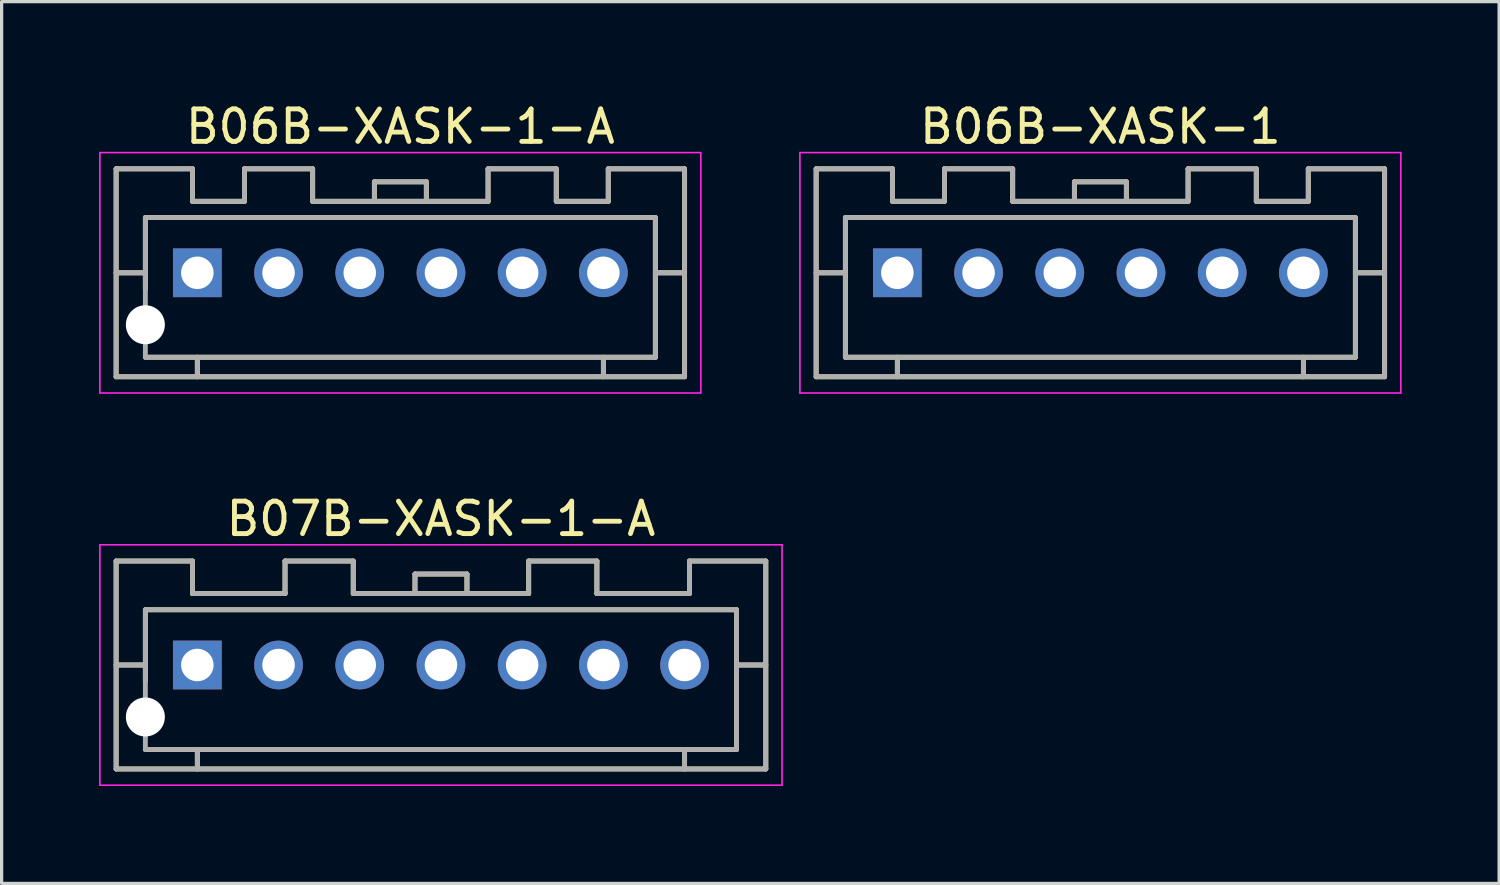
<source format=kicad_pcb>
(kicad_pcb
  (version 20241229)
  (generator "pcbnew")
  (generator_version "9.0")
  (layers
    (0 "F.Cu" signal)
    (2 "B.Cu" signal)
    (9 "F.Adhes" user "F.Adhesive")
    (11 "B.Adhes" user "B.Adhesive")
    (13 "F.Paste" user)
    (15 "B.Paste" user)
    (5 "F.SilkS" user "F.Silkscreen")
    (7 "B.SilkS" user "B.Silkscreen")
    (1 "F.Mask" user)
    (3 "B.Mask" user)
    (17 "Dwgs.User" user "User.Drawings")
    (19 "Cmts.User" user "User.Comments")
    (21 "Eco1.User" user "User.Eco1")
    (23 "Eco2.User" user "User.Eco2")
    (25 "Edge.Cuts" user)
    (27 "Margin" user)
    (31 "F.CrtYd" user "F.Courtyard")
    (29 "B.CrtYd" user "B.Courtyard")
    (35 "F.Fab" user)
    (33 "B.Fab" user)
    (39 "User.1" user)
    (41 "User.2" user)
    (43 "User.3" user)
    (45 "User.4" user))
  (footprint "B06B-XASK-1"
    (layer "F.Cu")
    (at 30.825 5.348)
    (property "Reference" "B06B-XASK-1" (at 0 -4.5 0) (layer "F.SilkS") (effects (font (size 1 1) (thickness 0.15))))
    (attr smd)
    (fp_line (start -8.75 -3.2) (end -8.75 3.2) (stroke (width 0.15) (type solid)) (layer "F.SilkS"))
    (fp_line (start -8.75 -3.2) (end -6.4 -3.2) (stroke (width 0.15) (type solid)) (layer "F.SilkS"))
    (fp_line (start -8.75 0) (end -7.85 0) (stroke (width 0.15) (type solid)) (layer "F.SilkS"))
    (fp_line (start -8.75 3.2) (end 8.75 3.2) (stroke (width 0.15) (type solid)) (layer "F.SilkS"))
    (fp_line (start -7.85 -1.7) (end -7.85 2.6) (stroke (width 0.15) (type solid)) (layer "F.SilkS"))
    (fp_line (start -7.85 -1.7) (end 7.85 -1.7) (stroke (width 0.15) (type solid)) (layer "F.SilkS"))
    (fp_line (start -7.85 2.6) (end 7.85 2.6) (stroke (width 0.15) (type solid)) (layer "F.SilkS"))
    (fp_line (start -6.4 -3.2) (end -6.4 -2.2) (stroke (width 0.15) (type solid)) (layer "F.SilkS"))
    (fp_line (start -6.4 -2.2) (end -4.8 -2.2) (stroke (width 0.15) (type solid)) (layer "F.SilkS"))
    (fp_line (start -6.25 2.6) (end -6.25 3.2) (stroke (width 0.15) (type solid)) (layer "F.SilkS"))
    (fp_line (start -4.8 -3.2) (end -4.8 -2.2) (stroke (width 0.15) (type solid)) (layer "F.SilkS"))
    (fp_line (start -4.8 -3.2) (end -2.7 -3.2) (stroke (width 0.15) (type solid)) (layer "F.SilkS"))
    (fp_line (start -2.7 -3.2) (end -2.7 -2.2) (stroke (width 0.15) (type solid)) (layer "F.SilkS"))
    (fp_line (start -2.7 -2.2) (end 2.7 -2.2) (stroke (width 0.15) (type solid)) (layer "F.SilkS"))
    (fp_line (start -0.8 -2.8) (end -0.8 -2.2) (stroke (width 0.15) (type solid)) (layer "F.SilkS"))
    (fp_line (start -0.8 -2.8) (end 0.8 -2.8) (stroke (width 0.15) (type solid)) (layer "F.SilkS"))
    (fp_line (start 0.8 -2.8) (end 0.8 -2.2) (stroke (width 0.15) (type solid)) (layer "F.SilkS"))
    (fp_line (start 2.7 -3.2) (end 2.7 -2.2) (stroke (width 0.15) (type solid)) (layer "F.SilkS"))
    (fp_line (start 2.7 -3.2) (end 4.8 -3.2) (stroke (width 0.15) (type solid)) (layer "F.SilkS"))
    (fp_line (start 4.8 -3.2) (end 4.8 -2.2) (stroke (width 0.15) (type solid)) (layer "F.SilkS"))
    (fp_line (start 4.8 -2.2) (end 6.4 -2.2) (stroke (width 0.15) (type solid)) (layer "F.SilkS"))
    (fp_line (start 6.25 2.6) (end 6.25 3.2) (stroke (width 0.15) (type solid)) (layer "F.SilkS"))
    (fp_line (start 6.4 -3.2) (end 6.4 -2.2) (stroke (width 0.15) (type solid)) (layer "F.SilkS"))
    (fp_line (start 6.4 -3.2) (end 8.75 -3.2) (stroke (width 0.15) (type solid)) (layer "F.SilkS"))
    (fp_line (start 7.85 -1.7) (end 7.85 2.6) (stroke (width 0.15) (type solid)) (layer "F.SilkS"))
    (fp_line (start 7.85 0) (end 8.75 0) (stroke (width 0.15) (type solid)) (layer "F.SilkS"))
    (fp_line (start 8.75 -3.2) (end 8.75 3.2) (stroke (width 0.15) (type solid)) (layer "F.SilkS"))
    (fp_line (start -9.25 -3.7) (end -9.25 3.7) (stroke (width 0.05) (type solid)) (layer "F.CrtYd"))
    (fp_line (start -9.25 -3.7) (end 9.25 -3.7) (stroke (width 0.05) (type solid)) (layer "F.CrtYd"))
    (fp_line (start -9.25 3.7) (end 9.25 3.7) (stroke (width 0.05) (type solid)) (layer "F.CrtYd"))
    (fp_line (start 9.25 -3.7) (end 9.25 3.7) (stroke (width 0.05) (type solid)) (layer "F.CrtYd"))
    (fp_line (start -8.75 -3.2) (end -8.75 3.2) (stroke (width 0.15) (type solid)) (layer "F.Fab"))
    (fp_line (start -8.75 -3.2) (end -6.4 -3.2) (stroke (width 0.15) (type solid)) (layer "F.Fab"))
    (fp_line (start -8.75 0) (end -7.85 0) (stroke (width 0.15) (type solid)) (layer "F.Fab"))
    (fp_line (start -8.75 3.2) (end 8.75 3.2) (stroke (width 0.15) (type solid)) (layer "F.Fab"))
    (fp_line (start -7.85 -1.7) (end -7.85 2.6) (stroke (width 0.15) (type solid)) (layer "F.Fab"))
    (fp_line (start -7.85 -1.7) (end 7.85 -1.7) (stroke (width 0.15) (type solid)) (layer "F.Fab"))
    (fp_line (start -7.85 2.6) (end 7.85 2.6) (stroke (width 0.15) (type solid)) (layer "F.Fab"))
    (fp_line (start -6.4 -3.2) (end -6.4 -2.2) (stroke (width 0.15) (type solid)) (layer "F.Fab"))
    (fp_line (start -6.4 -2.2) (end -4.8 -2.2) (stroke (width 0.15) (type solid)) (layer "F.Fab"))
    (fp_line (start -6.25 2.6) (end -6.25 3.2) (stroke (width 0.15) (type solid)) (layer "F.Fab"))
    (fp_line (start -4.8 -3.2) (end -4.8 -2.2) (stroke (width 0.15) (type solid)) (layer "F.Fab"))
    (fp_line (start -4.8 -3.2) (end -2.7 -3.2) (stroke (width 0.15) (type solid)) (layer "F.Fab"))
    (fp_line (start -2.7 -3.2) (end -2.7 -2.2) (stroke (width 0.15) (type solid)) (layer "F.Fab"))
    (fp_line (start -2.7 -2.2) (end 2.7 -2.2) (stroke (width 0.15) (type solid)) (layer "F.Fab"))
    (fp_line (start -0.8 -2.8) (end -0.8 -2.2) (stroke (width 0.15) (type solid)) (layer "F.Fab"))
    (fp_line (start -0.8 -2.8) (end 0.8 -2.8) (stroke (width 0.15) (type solid)) (layer "F.Fab"))
    (fp_line (start 0.8 -2.8) (end 0.8 -2.2) (stroke (width 0.15) (type solid)) (layer "F.Fab"))
    (fp_line (start 2.7 -3.2) (end 2.7 -2.2) (stroke (width 0.15) (type solid)) (layer "F.Fab"))
    (fp_line (start 2.7 -3.2) (end 4.8 -3.2) (stroke (width 0.15) (type solid)) (layer "F.Fab"))
    (fp_line (start 4.8 -3.2) (end 4.8 -2.2) (stroke (width 0.15) (type solid)) (layer "F.Fab"))
    (fp_line (start 4.8 -2.2) (end 6.4 -2.2) (stroke (width 0.15) (type solid)) (layer "F.Fab"))
    (fp_line (start 6.25 2.6) (end 6.25 3.2) (stroke (width 0.15) (type solid)) (layer "F.Fab"))
    (fp_line (start 6.4 -3.2) (end 6.4 -2.2) (stroke (width 0.15) (type solid)) (layer "F.Fab"))
    (fp_line (start 6.4 -3.2) (end 8.75 -3.2) (stroke (width 0.15) (type solid)) (layer "F.Fab"))
    (fp_line (start 7.85 -1.7) (end 7.85 2.6) (stroke (width 0.15) (type solid)) (layer "F.Fab"))
    (fp_line (start 7.85 0) (end 8.75 0) (stroke (width 0.15) (type solid)) (layer "F.Fab"))
    (fp_line (start 8.75 -3.2) (end 8.75 3.2) (stroke (width 0.15) (type solid)) (layer "F.Fab"))
    (pad "1" thru_hole rect (at -6.25 0) (size 1.5 1.5) (drill 1) (layers "*.Cu" "*.Mask"))
    (pad "2" thru_hole circle (at -3.75 0) (size 1.5 1.5) (drill 1) (layers "*.Cu" "*.Mask"))
    (pad "3" thru_hole circle (at -1.25 0) (size 1.5 1.5) (drill 1) (layers "*.Cu" "*.Mask"))
    (pad "4" thru_hole circle (at 1.25 0) (size 1.5 1.5) (drill 1) (layers "*.Cu" "*.Mask"))
    (pad "5" thru_hole circle (at 3.75 0) (size 1.5 1.5) (drill 1) (layers "*.Cu" "*.Mask"))
    (pad "6" thru_hole circle (at 6.25 0) (size 1.5 1.5) (drill 1) (layers "*.Cu" "*.Mask")))
  (footprint "B06B-XASK-1-A"
    (layer "F.Cu")
    (at 9.275 5.348)
    (property "Reference" "B06B-XASK-1-A" (at 0 -4.5 0) (layer "F.SilkS") (effects (font (size 1 1) (thickness 0.15))))
    (attr smd)
    (fp_line (start -8.75 -3.2) (end -8.75 3.2) (stroke (width 0.15) (type solid)) (layer "F.SilkS"))
    (fp_line (start -8.75 -3.2) (end -6.4 -3.2) (stroke (width 0.15) (type solid)) (layer "F.SilkS"))
    (fp_line (start -8.75 0) (end -7.85 0) (stroke (width 0.15) (type solid)) (layer "F.SilkS"))
    (fp_line (start -8.75 3.2) (end 8.75 3.2) (stroke (width 0.15) (type solid)) (layer "F.SilkS"))
    (fp_line (start -7.85 -1.7) (end -7.85 0.5) (stroke (width 0.15) (type solid)) (layer "F.SilkS"))
    (fp_line (start -7.85 -1.7) (end 7.85 -1.7) (stroke (width 0.15) (type solid)) (layer "F.SilkS"))
    (fp_line (start -7.85 2.6) (end 7.85 2.6) (stroke (width 0.15) (type solid)) (layer "F.SilkS"))
    (fp_line (start -6.4 -3.2) (end -6.4 -2.2) (stroke (width 0.15) (type solid)) (layer "F.SilkS"))
    (fp_line (start -6.4 -2.2) (end -4.8 -2.2) (stroke (width 0.15) (type solid)) (layer "F.SilkS"))
    (fp_line (start -6.25 2.6) (end -6.25 3.2) (stroke (width 0.15) (type solid)) (layer "F.SilkS"))
    (fp_line (start -4.8 -3.2) (end -4.8 -2.2) (stroke (width 0.15) (type solid)) (layer "F.SilkS"))
    (fp_line (start -4.8 -3.2) (end -2.7 -3.2) (stroke (width 0.15) (type solid)) (layer "F.SilkS"))
    (fp_line (start -2.7 -3.2) (end -2.7 -2.2) (stroke (width 0.15) (type solid)) (layer "F.SilkS"))
    (fp_line (start -2.7 -2.2) (end 2.7 -2.2) (stroke (width 0.15) (type solid)) (layer "F.SilkS"))
    (fp_line (start -0.8 -2.8) (end -0.8 -2.2) (stroke (width 0.15) (type solid)) (layer "F.SilkS"))
    (fp_line (start -0.8 -2.8) (end 0.8 -2.8) (stroke (width 0.15) (type solid)) (layer "F.SilkS"))
    (fp_line (start 0.8 -2.8) (end 0.8 -2.2) (stroke (width 0.15) (type solid)) (layer "F.SilkS"))
    (fp_line (start 2.7 -3.2) (end 2.7 -2.2) (stroke (width 0.15) (type solid)) (layer "F.SilkS"))
    (fp_line (start 2.7 -3.2) (end 4.8 -3.2) (stroke (width 0.15) (type solid)) (layer "F.SilkS"))
    (fp_line (start 4.8 -3.2) (end 4.8 -2.2) (stroke (width 0.15) (type solid)) (layer "F.SilkS"))
    (fp_line (start 4.8 -2.2) (end 6.4 -2.2) (stroke (width 0.15) (type solid)) (layer "F.SilkS"))
    (fp_line (start 6.25 2.6) (end 6.25 3.2) (stroke (width 0.15) (type solid)) (layer "F.SilkS"))
    (fp_line (start 6.4 -3.2) (end 6.4 -2.2) (stroke (width 0.15) (type solid)) (layer "F.SilkS"))
    (fp_line (start 6.4 -3.2) (end 8.75 -3.2) (stroke (width 0.15) (type solid)) (layer "F.SilkS"))
    (fp_line (start 7.85 -1.7) (end 7.85 2.6) (stroke (width 0.15) (type solid)) (layer "F.SilkS"))
    (fp_line (start 7.85 0) (end 8.75 0) (stroke (width 0.15) (type solid)) (layer "F.SilkS"))
    (fp_line (start 8.75 -3.2) (end 8.75 3.2) (stroke (width 0.15) (type solid)) (layer "F.SilkS"))
    (fp_line (start -9.25 -3.7) (end -9.25 3.7) (stroke (width 0.05) (type solid)) (layer "F.CrtYd"))
    (fp_line (start -9.25 -3.7) (end 9.25 -3.7) (stroke (width 0.05) (type solid)) (layer "F.CrtYd"))
    (fp_line (start -9.25 3.7) (end 9.25 3.7) (stroke (width 0.05) (type solid)) (layer "F.CrtYd"))
    (fp_line (start 9.25 -3.7) (end 9.25 3.7) (stroke (width 0.05) (type solid)) (layer "F.CrtYd"))
    (fp_line (start -8.75 -3.2) (end -8.75 3.2) (stroke (width 0.15) (type solid)) (layer "F.Fab"))
    (fp_line (start -8.75 -3.2) (end -6.4 -3.2) (stroke (width 0.15) (type solid)) (layer "F.Fab"))
    (fp_line (start -8.75 0) (end -7.85 0) (stroke (width 0.15) (type solid)) (layer "F.Fab"))
    (fp_line (start -8.75 3.2) (end 8.75 3.2) (stroke (width 0.15) (type solid)) (layer "F.Fab"))
    (fp_line (start -7.85 -1.7) (end -7.85 2.6) (stroke (width 0.15) (type solid)) (layer "F.Fab"))
    (fp_line (start -7.85 -1.7) (end 7.85 -1.7) (stroke (width 0.15) (type solid)) (layer "F.Fab"))
    (fp_line (start -7.85 2.6) (end 7.85 2.6) (stroke (width 0.15) (type solid)) (layer "F.Fab"))
    (fp_line (start -6.4 -3.2) (end -6.4 -2.2) (stroke (width 0.15) (type solid)) (layer "F.Fab"))
    (fp_line (start -6.4 -2.2) (end -4.8 -2.2) (stroke (width 0.15) (type solid)) (layer "F.Fab"))
    (fp_line (start -6.25 2.6) (end -6.25 3.2) (stroke (width 0.15) (type solid)) (layer "F.Fab"))
    (fp_line (start -4.8 -3.2) (end -4.8 -2.2) (stroke (width 0.15) (type solid)) (layer "F.Fab"))
    (fp_line (start -4.8 -3.2) (end -2.7 -3.2) (stroke (width 0.15) (type solid)) (layer "F.Fab"))
    (fp_line (start -2.7 -3.2) (end -2.7 -2.2) (stroke (width 0.15) (type solid)) (layer "F.Fab"))
    (fp_line (start -2.7 -2.2) (end 2.7 -2.2) (stroke (width 0.15) (type solid)) (layer "F.Fab"))
    (fp_line (start -0.8 -2.8) (end -0.8 -2.2) (stroke (width 0.15) (type solid)) (layer "F.Fab"))
    (fp_line (start -0.8 -2.8) (end 0.8 -2.8) (stroke (width 0.15) (type solid)) (layer "F.Fab"))
    (fp_line (start 0.8 -2.8) (end 0.8 -2.2) (stroke (width 0.15) (type solid)) (layer "F.Fab"))
    (fp_line (start 2.7 -3.2) (end 2.7 -2.2) (stroke (width 0.15) (type solid)) (layer "F.Fab"))
    (fp_line (start 2.7 -3.2) (end 4.8 -3.2) (stroke (width 0.15) (type solid)) (layer "F.Fab"))
    (fp_line (start 4.8 -3.2) (end 4.8 -2.2) (stroke (width 0.15) (type solid)) (layer "F.Fab"))
    (fp_line (start 4.8 -2.2) (end 6.4 -2.2) (stroke (width 0.15) (type solid)) (layer "F.Fab"))
    (fp_line (start 6.25 2.6) (end 6.25 3.2) (stroke (width 0.15) (type solid)) (layer "F.Fab"))
    (fp_line (start 6.4 -3.2) (end 6.4 -2.2) (stroke (width 0.15) (type solid)) (layer "F.Fab"))
    (fp_line (start 6.4 -3.2) (end 8.75 -3.2) (stroke (width 0.15) (type solid)) (layer "F.Fab"))
    (fp_line (start 7.85 -1.7) (end 7.85 2.6) (stroke (width 0.15) (type solid)) (layer "F.Fab"))
    (fp_line (start 7.85 0) (end 8.75 0) (stroke (width 0.15) (type solid)) (layer "F.Fab"))
    (fp_line (start 8.75 -3.2) (end 8.75 3.2) (stroke (width 0.15) (type solid)) (layer "F.Fab"))
    (pad "" np_thru_hole circle (at -7.85 1.6) (size 1.2 1.2) (drill 1.2) (layers "*.Cu" "*.Mask"))
    (pad "1" thru_hole rect (at -6.25 0) (size 1.5 1.5) (drill 1) (layers "*.Cu" "*.Mask"))
    (pad "2" thru_hole circle (at -3.75 0) (size 1.5 1.5) (drill 1) (layers "*.Cu" "*.Mask"))
    (pad "3" thru_hole circle (at -1.25 0) (size 1.5 1.5) (drill 1) (layers "*.Cu" "*.Mask"))
    (pad "4" thru_hole circle (at 1.25 0) (size 1.5 1.5) (drill 1) (layers "*.Cu" "*.Mask"))
    (pad "5" thru_hole circle (at 3.75 0) (size 1.5 1.5) (drill 1) (layers "*.Cu" "*.Mask"))
    (pad "6" thru_hole circle (at 6.25 0) (size 1.5 1.5) (drill 1) (layers "*.Cu" "*.Mask")))
  (footprint "B07B-XASK-1-A"
    (layer "F.Cu")
    (at 10.525 17.422)
    (property "Reference" "B07B-XASK-1-A" (at 0 -4.5 0) (layer "F.SilkS") (effects (font (size 1 1) (thickness 0.15))))
    (attr smd)
    (fp_line (start -10 -3.2) (end -10 3.2) (stroke (width 0.15) (type solid)) (layer "F.SilkS"))
    (fp_line (start -10 -3.2) (end -7.65 -3.2) (stroke (width 0.15) (type solid)) (layer "F.SilkS"))
    (fp_line (start -10 0) (end -9.1 0) (stroke (width 0.15) (type solid)) (layer "F.SilkS"))
    (fp_line (start -10 3.2) (end 10 3.2) (stroke (width 0.15) (type solid)) (layer "F.SilkS"))
    (fp_line (start -9.1 -1.7) (end -9.1 0.5) (stroke (width 0.15) (type solid)) (layer "F.SilkS"))
    (fp_line (start -9.1 -1.7) (end 9.1 -1.7) (stroke (width 0.15) (type solid)) (layer "F.SilkS"))
    (fp_line (start -9.1 2.6) (end 9.1 2.6) (stroke (width 0.15) (type solid)) (layer "F.SilkS"))
    (fp_line (start -7.65 -3.2) (end -7.65 -2.2) (stroke (width 0.15) (type solid)) (layer "F.SilkS"))
    (fp_line (start -7.65 -2.2) (end -4.8 -2.2) (stroke (width 0.15) (type solid)) (layer "F.SilkS"))
    (fp_line (start -7.5 2.6) (end -7.5 3.2) (stroke (width 0.15) (type solid)) (layer "F.SilkS"))
    (fp_line (start -4.8 -3.2) (end -4.8 -2.2) (stroke (width 0.15) (type solid)) (layer "F.SilkS"))
    (fp_line (start -4.8 -3.2) (end -2.7 -3.2) (stroke (width 0.15) (type solid)) (layer "F.SilkS"))
    (fp_line (start -2.7 -3.2) (end -2.7 -2.2) (stroke (width 0.15) (type solid)) (layer "F.SilkS"))
    (fp_line (start -2.7 -2.2) (end 2.7 -2.2) (stroke (width 0.15) (type solid)) (layer "F.SilkS"))
    (fp_line (start -0.8 -2.8) (end -0.8 -2.2) (stroke (width 0.15) (type solid)) (layer "F.SilkS"))
    (fp_line (start -0.8 -2.8) (end 0.8 -2.8) (stroke (width 0.15) (type solid)) (layer "F.SilkS"))
    (fp_line (start 0.8 -2.8) (end 0.8 -2.2) (stroke (width 0.15) (type solid)) (layer "F.SilkS"))
    (fp_line (start 2.7 -3.2) (end 2.7 -2.2) (stroke (width 0.15) (type solid)) (layer "F.SilkS"))
    (fp_line (start 2.7 -3.2) (end 4.8 -3.2) (stroke (width 0.15) (type solid)) (layer "F.SilkS"))
    (fp_line (start 4.8 -3.2) (end 4.8 -2.2) (stroke (width 0.15) (type solid)) (layer "F.SilkS"))
    (fp_line (start 4.8 -2.2) (end 7.65 -2.2) (stroke (width 0.15) (type solid)) (layer "F.SilkS"))
    (fp_line (start 7.5 2.6) (end 7.5 3.2) (stroke (width 0.15) (type solid)) (layer "F.SilkS"))
    (fp_line (start 7.65 -3.2) (end 7.65 -2.2) (stroke (width 0.15) (type solid)) (layer "F.SilkS"))
    (fp_line (start 7.65 -3.2) (end 10 -3.2) (stroke (width 0.15) (type solid)) (layer "F.SilkS"))
    (fp_line (start 9.1 -1.7) (end 9.1 2.6) (stroke (width 0.15) (type solid)) (layer "F.SilkS"))
    (fp_line (start 9.1 0) (end 10 0) (stroke (width 0.15) (type solid)) (layer "F.SilkS"))
    (fp_line (start 10 -3.2) (end 10 3.2) (stroke (width 0.15) (type solid)) (layer "F.SilkS"))
    (fp_line (start -10.5 -3.7) (end -10.5 3.7) (stroke (width 0.05) (type solid)) (layer "F.CrtYd"))
    (fp_line (start -10.5 -3.7) (end 10.5 -3.7) (stroke (width 0.05) (type solid)) (layer "F.CrtYd"))
    (fp_line (start -10.5 3.7) (end 10.5 3.7) (stroke (width 0.05) (type solid)) (layer "F.CrtYd"))
    (fp_line (start 10.5 -3.7) (end 10.5 3.7) (stroke (width 0.05) (type solid)) (layer "F.CrtYd"))
    (fp_line (start -10 -3.2) (end -10 3.2) (stroke (width 0.15) (type solid)) (layer "F.Fab"))
    (fp_line (start -10 -3.2) (end -7.65 -3.2) (stroke (width 0.15) (type solid)) (layer "F.Fab"))
    (fp_line (start -10 0) (end -9.1 0) (stroke (width 0.15) (type solid)) (layer "F.Fab"))
    (fp_line (start -10 3.2) (end 10 3.2) (stroke (width 0.15) (type solid)) (layer "F.Fab"))
    (fp_line (start -9.1 -1.7) (end -9.1 2.6) (stroke (width 0.15) (type solid)) (layer "F.Fab"))
    (fp_line (start -9.1 -1.7) (end 9.1 -1.7) (stroke (width 0.15) (type solid)) (layer "F.Fab"))
    (fp_line (start -9.1 2.6) (end 9.1 2.6) (stroke (width 0.15) (type solid)) (layer "F.Fab"))
    (fp_line (start -7.65 -3.2) (end -7.65 -2.2) (stroke (width 0.15) (type solid)) (layer "F.Fab"))
    (fp_line (start -7.65 -2.2) (end -4.8 -2.2) (stroke (width 0.15) (type solid)) (layer "F.Fab"))
    (fp_line (start -7.5 2.6) (end -7.5 3.2) (stroke (width 0.15) (type solid)) (layer "F.Fab"))
    (fp_line (start -4.8 -3.2) (end -4.8 -2.2) (stroke (width 0.15) (type solid)) (layer "F.Fab"))
    (fp_line (start -4.8 -3.2) (end -2.7 -3.2) (stroke (width 0.15) (type solid)) (layer "F.Fab"))
    (fp_line (start -2.7 -3.2) (end -2.7 -2.2) (stroke (width 0.15) (type solid)) (layer "F.Fab"))
    (fp_line (start -2.7 -2.2) (end 2.7 -2.2) (stroke (width 0.15) (type solid)) (layer "F.Fab"))
    (fp_line (start -0.8 -2.8) (end -0.8 -2.2) (stroke (width 0.15) (type solid)) (layer "F.Fab"))
    (fp_line (start -0.8 -2.8) (end 0.8 -2.8) (stroke (width 0.15) (type solid)) (layer "F.Fab"))
    (fp_line (start 0.8 -2.8) (end 0.8 -2.2) (stroke (width 0.15) (type solid)) (layer "F.Fab"))
    (fp_line (start 2.7 -3.2) (end 2.7 -2.2) (stroke (width 0.15) (type solid)) (layer "F.Fab"))
    (fp_line (start 2.7 -3.2) (end 4.8 -3.2) (stroke (width 0.15) (type solid)) (layer "F.Fab"))
    (fp_line (start 4.8 -3.2) (end 4.8 -2.2) (stroke (width 0.15) (type solid)) (layer "F.Fab"))
    (fp_line (start 4.8 -2.2) (end 7.65 -2.2) (stroke (width 0.15) (type solid)) (layer "F.Fab"))
    (fp_line (start 7.5 2.6) (end 7.5 3.2) (stroke (width 0.15) (type solid)) (layer "F.Fab"))
    (fp_line (start 7.65 -3.2) (end 7.65 -2.2) (stroke (width 0.15) (type solid)) (layer "F.Fab"))
    (fp_line (start 7.65 -3.2) (end 10 -3.2) (stroke (width 0.15) (type solid)) (layer "F.Fab"))
    (fp_line (start 9.1 -1.7) (end 9.1 2.6) (stroke (width 0.15) (type solid)) (layer "F.Fab"))
    (fp_line (start 9.1 0) (end 10 0) (stroke (width 0.15) (type solid)) (layer "F.Fab"))
    (fp_line (start 10 -3.2) (end 10 3.2) (stroke (width 0.15) (type solid)) (layer "F.Fab"))
    (pad "" np_thru_hole circle (at -9.1 1.6) (size 1.2 1.2) (drill 1.2) (layers "*.Cu" "*.Mask"))
    (pad "1" thru_hole rect (at -7.5 0) (size 1.5 1.5) (drill 1) (layers "*.Cu" "*.Mask"))
    (pad "2" thru_hole circle (at -5 0) (size 1.5 1.5) (drill 1) (layers "*.Cu" "*.Mask"))
    (pad "3" thru_hole circle (at -2.5 0) (size 1.5 1.5) (drill 1) (layers "*.Cu" "*.Mask"))
    (pad "4" thru_hole circle (at 0 0) (size 1.5 1.5) (drill 1) (layers "*.Cu" "*.Mask"))
    (pad "5" thru_hole circle (at 2.5 0) (size 1.5 1.5) (drill 1) (layers "*.Cu" "*.Mask"))
    (pad "6" thru_hole circle (at 5 0) (size 1.5 1.5) (drill 1) (layers "*.Cu" "*.Mask"))
    (pad "7" thru_hole circle (at 7.5 0) (size 1.5 1.5) (drill 1) (layers "*.Cu" "*.Mask")))
  (gr_rect
    (start -3 -3)
    (end 43.1 24.146)
    (stroke (width 0.1) (type default))
    (fill no)
    (layer "Edge.Cuts")))
</source>
